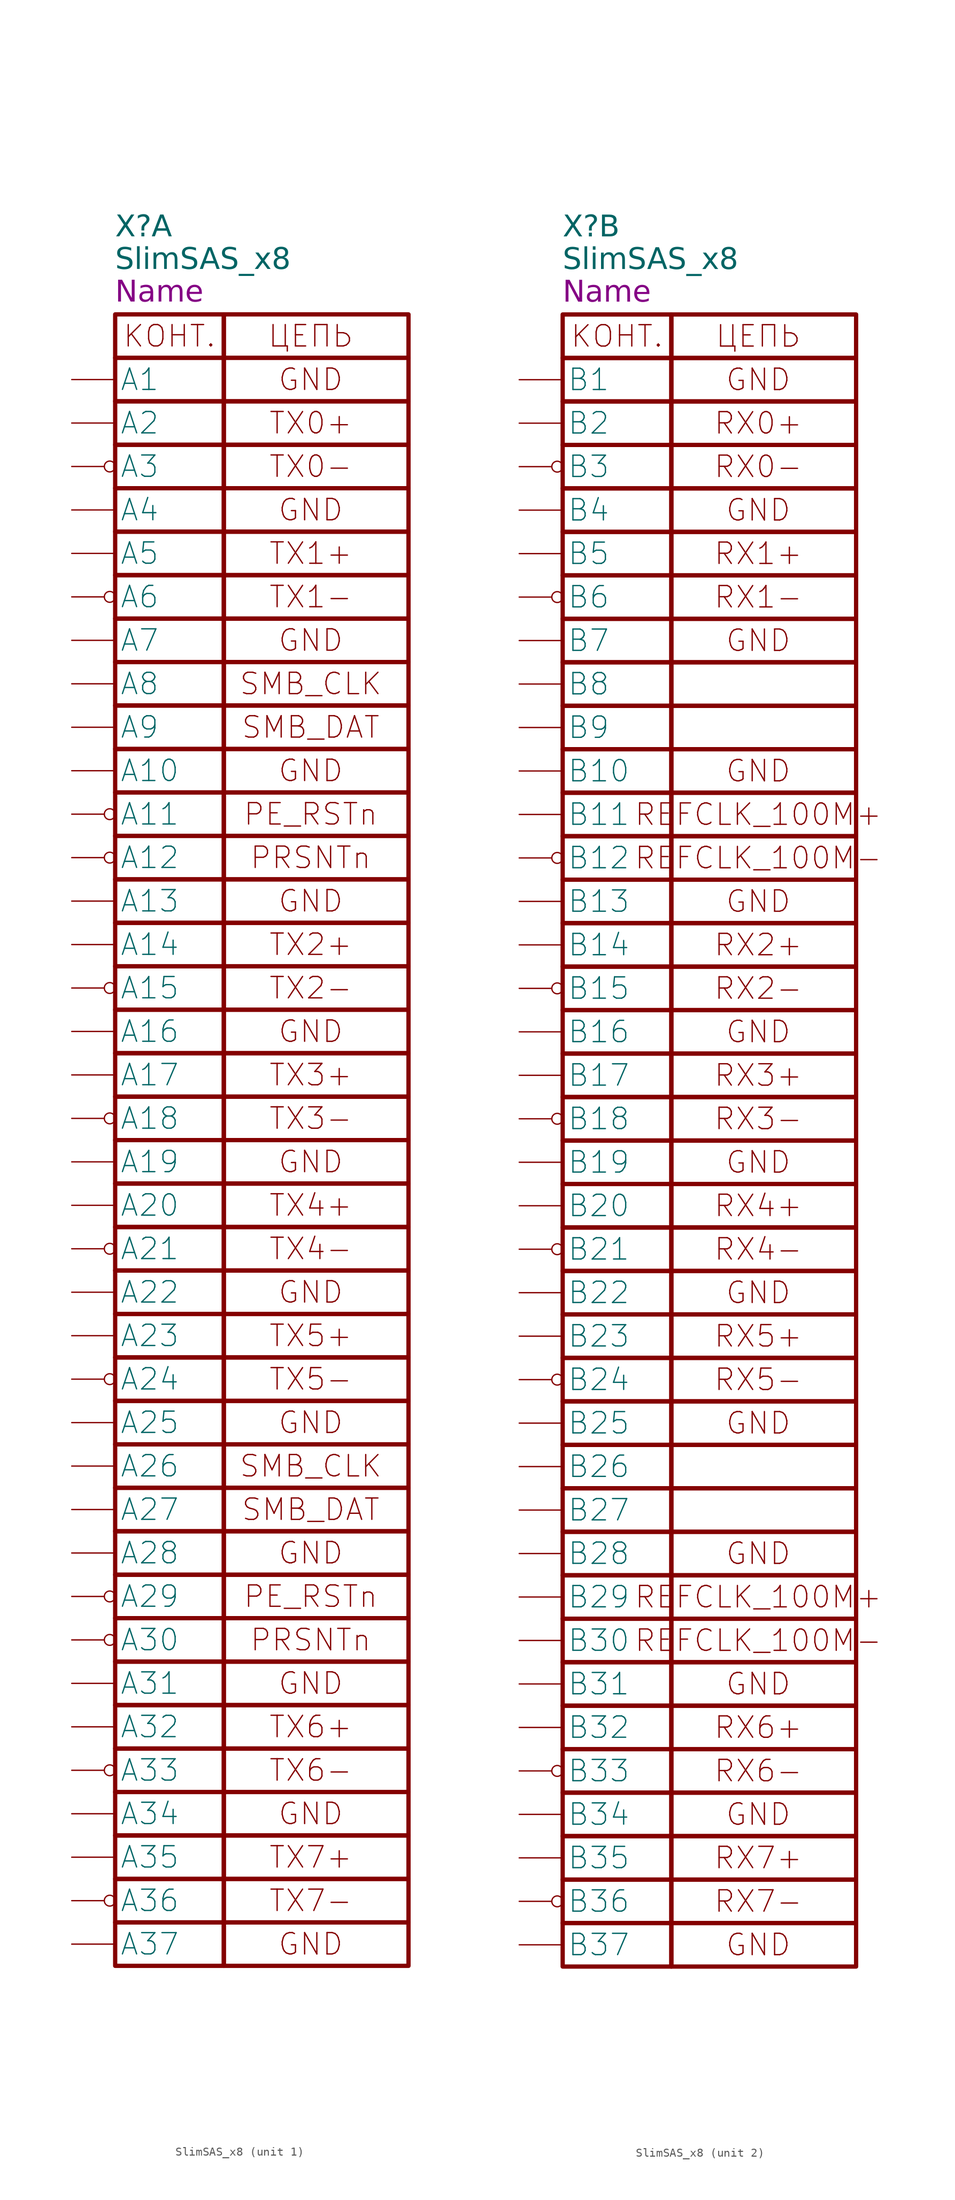
<source format=kicad_sym>
(kicad_symbol_lib
  (version 20241209)
  (generator "kicad_symbol_editor")
  (generator_version "9.0")
  (symbol "SlimSAS_x8"
    (pin_numbers
      (hide yes))
    (property "Reference" "X"
      (at -12.7 10.16 0)
      (effects (font (face "GOST type A") (size 2.5 2.5) (italic yes)) (justify left)))
    (property "Value" "SlimSAS_x8"
      (at -12.7 6.35 0)
      (effects (font (face "GOST type A") (size 2.5 2.5) (italic yes)) (justify left)))
    (property "Name" "Name"
      (at -12.7 2.54 0)
      (effects (font (face "GOST type A") (size 2.5 2.5) (italic yes)) (justify left)))
    (symbol "SlimSAS_x8_0_1"
      (rectangle (start -12.7 0) (end 0 -5.08) (stroke (width 0.5) (type default)) (fill (type none)))
      (rectangle (start -12.7 -5.08) (end 0 -10.16) (stroke (width 0.5) (type default)) (fill (type none)))
      (rectangle (start -12.7 -10.16) (end 0 -15.24) (stroke (width 0.5) (type default)) (fill (type none)))
      (rectangle (start -12.7 -15.24) (end 0 -20.32) (stroke (width 0.5) (type default)) (fill (type none)))
      (rectangle (start -12.7 -20.32) (end 0 -25.4) (stroke (width 0.5) (type default)) (fill (type none)))
      (rectangle (start -12.7 -25.4) (end 0 -30.48) (stroke (width 0.5) (type default)) (fill (type none)))
      (rectangle (start -12.7 -30.48) (end 0 -35.56) (stroke (width 0.5) (type default)) (fill (type none)))
      (rectangle (start -12.7 -35.56) (end 0 -40.64) (stroke (width 0.5) (type default)) (fill (type none)))
      (rectangle (start -12.7 -40.64) (end 0 -45.72) (stroke (width 0.5) (type default)) (fill (type none)))
      (rectangle (start -12.7 -45.72) (end 0 -50.8) (stroke (width 0.5) (type default)) (fill (type none)))
      (rectangle (start -12.7 -50.8) (end 0 -55.88) (stroke (width 0.5) (type default)) (fill (type none)))
      (rectangle (start -12.7 -55.88) (end 0 -60.96) (stroke (width 0.5) (type default)) (fill (type none)))
      (rectangle (start -12.7 -60.96) (end 0 -66.04) (stroke (width 0.5) (type default)) (fill (type none)))
      (rectangle (start -12.7 -66.04) (end 0 -71.12) (stroke (width 0.5) (type default)) (fill (type none)))
      (rectangle (start -12.7 -71.12) (end 0 -76.2) (stroke (width 0.5) (type default)) (fill (type none)))
      (rectangle (start -12.7 -76.2) (end 0 -81.28) (stroke (width 0.5) (type default)) (fill (type none)))
      (rectangle (start -12.7 -81.28) (end 0 -86.36) (stroke (width 0.5) (type default)) (fill (type none)))
      (rectangle (start -12.7 -86.36) (end 0 -91.44) (stroke (width 0.5) (type default)) (fill (type none)))
      (rectangle (start -12.7 -91.44) (end 0 -96.52) (stroke (width 0.5) (type default)) (fill (type none)))
      (rectangle (start -12.7 -96.52) (end 0 -101.6) (stroke (width 0.5) (type default)) (fill (type none)))
      (rectangle (start -12.7 -101.6) (end 0 -106.68) (stroke (width 0.5) (type default)) (fill (type none)))
      (rectangle (start -12.7 -106.68) (end 0 -111.76) (stroke (width 0.5) (type default)) (fill (type none)))
      (rectangle (start -12.7 -111.76) (end 0 -116.84) (stroke (width 0.5) (type default)) (fill (type none)))
      (rectangle (start -12.7 -116.84) (end 0 -121.92) (stroke (width 0.5) (type default)) (fill (type none)))
      (rectangle (start -12.7 -121.92) (end 0 -127) (stroke (width 0.5) (type default)) (fill (type none)))
      (rectangle (start -12.7 -127) (end 0 -132.08) (stroke (width 0.5) (type default)) (fill (type none)))
      (rectangle (start -12.7 -132.08) (end 0 -137.16) (stroke (width 0.5) (type default)) (fill (type none)))
      (rectangle (start -12.7 -137.16) (end 0 -142.24) (stroke (width 0.5) (type default)) (fill (type none)))
      (rectangle (start -12.7 -142.24) (end 0 -147.32) (stroke (width 0.5) (type default)) (fill (type none)))
      (rectangle (start -12.7 -147.32) (end 0 -152.4) (stroke (width 0.5) (type default)) (fill (type none)))
      (rectangle (start -12.7 -152.4) (end 0 -157.48) (stroke (width 0.5) (type default)) (fill (type none)))
      (rectangle (start -12.7 -157.48) (end 0 -162.56) (stroke (width 0.5) (type default)) (fill (type none)))
      (rectangle (start -12.7 -162.56) (end 0 -167.64) (stroke (width 0.5) (type default)) (fill (type none)))
      (rectangle (start -12.7 -167.64) (end 0 -172.72) (stroke (width 0.5) (type default)) (fill (type none)))
      (rectangle (start -12.7 -172.72) (end 0 -177.8) (stroke (width 0.5) (type default)) (fill (type none)))
      (rectangle (start -12.7 -177.8) (end 0 -182.88) (stroke (width 0.5) (type default)) (fill (type none)))
      (rectangle (start -12.7 -182.88) (end 0 -187.96) (stroke (width 0.5) (type default)) (fill (type none)))
      (rectangle (start -12.7 -187.96) (end 0 -193.04) (stroke (width 0.5) (type default)) (fill (type none)))
      (rectangle (start 0 0) (end 21.59 -5.08) (stroke (width 0.5) (type default)) (fill (type none)))
      (text "КОНТ." (at -6.35 -2.54 0) (effects (font (size 2.5 2.5))))
      (text "ЦЕПЬ" (at 10.16 -2.54 0) (effects (font (size 2.5 2.5))))
      (text "GND" (at 10.16 -7.62 0) (effects (font (size 2.5 2.5))))
      (text "GND" (at 10.16 -22.86 0) (effects (font (size 2.5 2.5))))
      (text "GND" (at 10.16 -38.1 0) (effects (font (size 2.5 2.5))))
      (text "GND" (at 10.16 -53.34 0) (effects (font (size 2.5 2.5))))
      (text "GND" (at 10.16 -68.58 0) (effects (font (size 2.5 2.5))))
      (text "GND" (at 10.16 -83.82 0) (effects (font (size 2.5 2.5))))
      (text "GND" (at 10.16 -99.06 0) (effects (font (size 2.5 2.5))))
      (text "GND" (at 10.16 -114.3 0) (effects (font (size 2.5 2.5))))
      (text "GND" (at 10.16 -129.54 0) (effects (font (size 2.5 2.5))))
      (text "GND" (at 10.16 -144.78 0) (effects (font (size 2.5 2.5))))
      (text "GND" (at 10.16 -160.02 0) (effects (font (size 2.5 2.5))))
      (text "GND" (at 10.16 -175.26 0) (effects (font (size 2.5 2.5))))
      (text "GND" (at 10.16 -190.5 0) (effects (font (size 2.5 2.5)))))
    (symbol "SlimSAS_x8_1_1"
      (rectangle (start 0 -10.16) (end 21.59 -5.08) (stroke (width 0.5) (type default)) (fill (type none)))
      (rectangle (start 0 -15.24) (end 21.59 -10.16) (stroke (width 0.5) (type default)) (fill (type none)))
      (rectangle (start 0 -15.24) (end 21.59 -20.32) (stroke (width 0.5) (type default)) (fill (type none)))
      (rectangle (start 0 -25.4) (end 21.59 -20.32) (stroke (width 0.5) (type default)) (fill (type none)))
      (rectangle (start 0 -30.48) (end 21.59 -25.4) (stroke (width 0.5) (type default)) (fill (type none)))
      (rectangle (start 0 -35.56) (end 21.59 -30.48) (stroke (width 0.5) (type default)) (fill (type none)))
      (rectangle (start 0 -40.64) (end 21.59 -35.56) (stroke (width 0.5) (type default)) (fill (type none)))
      (rectangle (start 0 -45.72) (end 21.59 -40.64) (stroke (width 0.5) (type default)) (fill (type none)))
      (rectangle (start 0 -50.8) (end 21.59 -45.72) (stroke (width 0.5) (type default)) (fill (type none)))
      (rectangle (start 0 -55.88) (end 21.59 -50.8) (stroke (width 0.5) (type default)) (fill (type none)))
      (rectangle (start 0 -60.96) (end 21.59 -55.88) (stroke (width 0.5) (type default)) (fill (type none)))
      (rectangle (start 0 -66.04) (end 21.59 -60.96) (stroke (width 0.5) (type default)) (fill (type none)))
      (rectangle (start 0 -71.12) (end 21.59 -66.04) (stroke (width 0.5) (type default)) (fill (type none)))
      (rectangle (start 0 -76.2) (end 21.59 -71.12) (stroke (width 0.5) (type default)) (fill (type none)))
      (rectangle (start 0 -81.28) (end 21.59 -76.2) (stroke (width 0.5) (type default)) (fill (type none)))
      (rectangle (start 0 -86.36) (end 21.59 -81.28) (stroke (width 0.5) (type default)) (fill (type none)))
      (rectangle (start 0 -91.44) (end 21.59 -86.36) (stroke (width 0.5) (type default)) (fill (type none)))
      (rectangle (start 0 -96.52) (end 21.59 -91.44) (stroke (width 0.5) (type default)) (fill (type none)))
      (rectangle (start 0 -101.6) (end 21.59 -96.52) (stroke (width 0.5) (type default)) (fill (type none)))
      (rectangle (start 0 -106.68) (end 21.59 -101.6) (stroke (width 0.5) (type default)) (fill (type none)))
      (rectangle (start 0 -106.68) (end 21.59 -111.76) (stroke (width 0.5) (type default)) (fill (type none)))
      (rectangle (start 0 -116.84) (end 21.59 -111.76) (stroke (width 0.5) (type default)) (fill (type none)))
      (rectangle (start 0 -121.92) (end 21.59 -116.84) (stroke (width 0.5) (type default)) (fill (type none)))
      (rectangle (start 0 -127) (end 21.59 -121.92) (stroke (width 0.5) (type default)) (fill (type none)))
      (rectangle (start 0 -132.08) (end 21.59 -127) (stroke (width 0.5) (type default)) (fill (type none)))
      (rectangle (start 0 -137.16) (end 21.59 -132.08) (stroke (width 0.5) (type default)) (fill (type none)))
      (rectangle (start 0 -142.24) (end 21.59 -137.16) (stroke (width 0.5) (type default)) (fill (type none)))
      (rectangle (start 0 -147.32) (end 21.59 -142.24) (stroke (width 0.5) (type default)) (fill (type none)))
      (rectangle (start 0 -152.4) (end 21.59 -147.32) (stroke (width 0.5) (type default)) (fill (type none)))
      (rectangle (start 0 -157.48) (end 21.59 -152.4) (stroke (width 0.5) (type default)) (fill (type none)))
      (rectangle (start 0 -162.56) (end 21.59 -157.48) (stroke (width 0.5) (type default)) (fill (type none)))
      (rectangle (start 0 -167.64) (end 21.59 -162.56) (stroke (width 0.5) (type default)) (fill (type none)))
      (rectangle (start 0 -172.72) (end 21.59 -167.64) (stroke (width 0.5) (type default)) (fill (type none)))
      (rectangle (start 0 -177.8) (end 21.59 -172.72) (stroke (width 0.5) (type default)) (fill (type none)))
      (rectangle (start 0 -182.88) (end 21.59 -177.8) (stroke (width 0.5) (type default)) (fill (type none)))
      (rectangle (start 0 -187.96) (end 21.59 -182.88) (stroke (width 0.5) (type default)) (fill (type none)))
      (rectangle (start 0 -193.04) (end 21.59 -187.96) (stroke (width 0.5) (type default)) (fill (type none)))
      (text "TX0+" (at 10.16 -12.7 0) (effects (font (size 2.5 2.5))))
      (text "TX0-" (at 10.16 -17.78 0) (effects (font (size 2.5 2.5))))
      (text "TX1+" (at 10.16 -27.94 0) (effects (font (size 2.5 2.5))))
      (text "TX1-" (at 10.16 -33.02 0) (effects (font (size 2.5 2.5))))
      (text "SMB_CLK" (at 10.16 -43.18 0) (effects (font (size 2.5 2.5))))
      (text "SMB_DAT" (at 10.16 -48.26 0) (effects (font (size 2.5 2.5))))
      (text "PE_RSTn" (at 10.16 -58.42 0) (effects (font (size 2.5 2.5))))
      (text "PRSNTn" (at 10.16 -63.5 0) (effects (font (size 2.5 2.5))))
      (text "TX2+" (at 10.16 -73.66 0) (effects (font (size 2.5 2.5))))
      (text "TX2-" (at 10.16 -78.74 0) (effects (font (size 2.5 2.5))))
      (text "TX3+" (at 10.16 -88.9 0) (effects (font (size 2.5 2.5))))
      (text "TX3-" (at 10.16 -93.98 0) (effects (font (size 2.5 2.5))))
      (text "TX4+" (at 10.16 -104.14 0) (effects (font (size 2.5 2.5))))
      (text "TX4-" (at 10.16 -109.22 0) (effects (font (size 2.5 2.5))))
      (text "TX5+" (at 10.16 -119.38 0) (effects (font (size 2.5 2.5))))
      (text "TX5-" (at 10.16 -124.46 0) (effects (font (size 2.5 2.5))))
      (text "SMB_CLK" (at 10.16 -134.62 0) (effects (font (size 2.5 2.5))))
      (text "SMB_DAT" (at 10.16 -139.7 0) (effects (font (size 2.5 2.5))))
      (text "PE_RSTn" (at 10.16 -149.86 0) (effects (font (size 2.5 2.5))))
      (text "PRSNTn" (at 10.16 -154.94 0) (effects (font (size 2.5 2.5))))
      (text "TX6+" (at 10.16 -165.1 0) (effects (font (size 2.5 2.5))))
      (text "TX6-" (at 10.16 -170.18 0) (effects (font (size 2.5 2.5))))
      (text "TX7+" (at 10.16 -180.34 0) (effects (font (size 2.5 2.5))))
      (text "TX7-" (at 10.16 -185.42 0) (effects (font (size 2.5 2.5))))
      (pin power_in line (at -17.78 -7.62 0) (length 5.08) (name "A1" (effects (font (size 2.5 2.5)))) (number "A1" (effects (font (size 2.5 2.5)))))
      (pin output line (at -17.78 -12.7 0) (length 5.08) (name "A2" (effects (font (size 2.5 2.5)))) (number "A2" (effects (font (size 2.5 2.5)))))
      (pin output inverted (at -17.78 -17.78 0) (length 5.08) (name "A3" (effects (font (size 2.489 2.489)))) (number "A3" (effects (font (size 2.489 2.489)))))
      (pin power_in line (at -17.78 -22.86 0) (length 5.08) (name "A4" (effects (font (size 2.489 2.489)))) (number "A4" (effects (font (size 2.489 2.489)))))
      (pin output line (at -17.78 -27.94 0) (length 5.08) (name "A5" (effects (font (size 2.489 2.489)))) (number "A5" (effects (font (size 2.489 2.489)))))
      (pin output inverted (at -17.78 -33.02 0) (length 5.08) (name "A6" (effects (font (size 2.489 2.489)))) (number "A6" (effects (font (size 2.489 2.489)))))
      (pin power_in line (at -17.78 -38.1 0) (length 5.08) (name "A7" (effects (font (size 2.489 2.489)))) (number "A7" (effects (font (size 2.489 2.489)))))
      (pin open_collector line (at -17.78 -43.18 0) (length 5.08) (name "A8" (effects (font (size 2.489 2.489)))) (number "A8" (effects (font (size 2.489 2.489)))))
      (pin open_collector line (at -17.78 -48.26 0) (length 5.08) (name "A9" (effects (font (size 2.489 2.489)))) (number "A9" (effects (font (size 2.489 2.489)))))
      (pin power_in line (at -17.78 -53.34 0) (length 5.08) (name "A10" (effects (font (size 2.489 2.489)))) (number "A10" (effects (font (size 2.489 2.489)))))
      (pin output inverted (at -17.78 -58.42 0) (length 5.08) (name "A11" (effects (font (size 2.489 2.489)))) (number "A11" (effects (font (size 2.489 2.489)))))
      (pin input inverted (at -17.78 -63.5 0) (length 5.08) (name "A12" (effects (font (size 2.489 2.489)))) (number "A12" (effects (font (size 2.489 2.489)))))
      (pin power_in line (at -17.78 -68.58 0) (length 5.08) (name "A13" (effects (font (size 2.489 2.489)))) (number "A13" (effects (font (size 2.489 2.489)))))
      (pin output line (at -17.78 -73.66 0) (length 5.08) (name "A14" (effects (font (size 2.489 2.489)))) (number "A14" (effects (font (size 2.489 2.489)))))
      (pin output inverted (at -17.78 -78.74 0) (length 5.08) (name "A15" (effects (font (size 2.489 2.489)))) (number "A15" (effects (font (size 2.489 2.489)))))
      (pin power_in line (at -17.78 -83.82 0) (length 5.08) (name "A16" (effects (font (size 2.489 2.489)))) (number "A16" (effects (font (size 2.489 2.489)))))
      (pin output line (at -17.78 -88.9 0) (length 5.08) (name "A17" (effects (font (size 2.489 2.489)))) (number "A17" (effects (font (size 2.489 2.489)))))
      (pin output inverted (at -17.78 -93.98 0) (length 5.08) (name "A18" (effects (font (size 2.489 2.489)))) (number "A18" (effects (font (size 2.489 2.489)))))
      (pin power_in line (at -17.78 -99.06 0) (length 5.08) (name "A19" (effects (font (size 2.489 2.489)))) (number "A19" (effects (font (size 2.489 2.489)))))
      (pin output line (at -17.78 -104.14 0) (length 5.08) (name "A20" (effects (font (size 2.489 2.489)))) (number "A20" (effects (font (size 2.489 2.489)))))
      (pin output inverted (at -17.78 -109.22 0) (length 5.08) (name "A21" (effects (font (size 2.489 2.489)))) (number "A21" (effects (font (size 2.489 2.489)))))
      (pin power_in line (at -17.78 -114.3 0) (length 5.08) (name "A22" (effects (font (size 2.489 2.489)))) (number "A22" (effects (font (size 2.489 2.489)))))
      (pin output line (at -17.78 -119.38 0) (length 5.08) (name "A23" (effects (font (size 2.489 2.489)))) (number "A23" (effects (font (size 2.489 2.489)))))
      (pin output inverted (at -17.78 -124.46 0) (length 5.08) (name "A24" (effects (font (size 2.489 2.489)))) (number "A24" (effects (font (size 2.489 2.489)))))
      (pin power_in line (at -17.78 -129.54 0) (length 5.08) (name "A25" (effects (font (size 2.489 2.489)))) (number "A25" (effects (font (size 2.489 2.489)))))
      (pin open_collector line (at -17.78 -134.62 0) (length 5.08) (name "A26" (effects (font (size 2.489 2.489)))) (number "A26" (effects (font (size 2.489 2.489)))))
      (pin open_collector line (at -17.78 -139.7 0) (length 5.08) (name "A27" (effects (font (size 2.489 2.489)))) (number "A27" (effects (font (size 2.489 2.489)))))
      (pin power_in line (at -17.78 -144.78 0) (length 5.08) (name "A28" (effects (font (size 2.489 2.489)))) (number "A28" (effects (font (size 2.489 2.489)))))
      (pin output inverted (at -17.78 -149.86 0) (length 5.08) (name "A29" (effects (font (size 2.489 2.489)))) (number "A29" (effects (font (size 2.489 2.489)))))
      (pin input inverted (at -17.78 -154.94 0) (length 5.08) (name "A30" (effects (font (size 2.489 2.489)))) (number "A30" (effects (font (size 2.489 2.489)))))
      (pin power_in line (at -17.78 -160.02 0) (length 5.08) (name "A31" (effects (font (size 2.489 2.489)))) (number "A31" (effects (font (size 2.489 2.489)))))
      (pin output line (at -17.78 -165.1 0) (length 5.08) (name "A32" (effects (font (size 2.489 2.489)))) (number "A32" (effects (font (size 2.489 2.489)))))
      (pin output inverted (at -17.78 -170.18 0) (length 5.08) (name "A33" (effects (font (size 2.489 2.489)))) (number "A33" (effects (font (size 2.489 2.489)))))
      (pin power_in line (at -17.78 -175.26 0) (length 5.08) (name "A34" (effects (font (size 2.489 2.489)))) (number "A34" (effects (font (size 2.489 2.489)))))
      (pin output line (at -17.78 -180.34 0) (length 5.08) (name "A35" (effects (font (size 2.489 2.489)))) (number "A35" (effects (font (size 2.489 2.489)))))
      (pin output inverted (at -17.78 -185.42 0) (length 5.08) (name "A36" (effects (font (size 2.489 2.489)))) (number "A36" (effects (font (size 2.489 2.489)))))
      (pin power_in line (at -17.78 -190.5 0) (length 5.08) (name "A37" (effects (font (size 2.489 2.489)))) (number "A37" (effects (font (size 2.489 2.489))))))
    (symbol "SlimSAS_x8_2_1"
      (rectangle (start 0 -10.16) (end 21.59 -5.08) (stroke (width 0.5) (type default)) (fill (type none)))
      (rectangle (start 0 -15.24) (end 21.59 -10.16) (stroke (width 0.5) (type default)) (fill (type none)))
      (rectangle (start 0 -15.24) (end 21.59 -20.32) (stroke (width 0.5) (type default)) (fill (type none)))
      (rectangle (start 0 -25.4) (end 21.59 -20.32) (stroke (width 0.5) (type default)) (fill (type none)))
      (rectangle (start 0 -30.48) (end 21.59 -25.4) (stroke (width 0.5) (type default)) (fill (type none)))
      (rectangle (start 0 -35.56) (end 21.59 -30.48) (stroke (width 0.5) (type default)) (fill (type none)))
      (rectangle (start 0 -40.64) (end 21.59 -35.56) (stroke (width 0.5) (type default)) (fill (type none)))
      (rectangle (start 0 -45.72) (end 21.59 -40.64) (stroke (width 0.5) (type default)) (fill (type none)))
      (rectangle (start 0 -50.8) (end 21.59 -45.72) (stroke (width 0.5) (type default)) (fill (type none)))
      (rectangle (start 0 -55.88) (end 21.59 -50.8) (stroke (width 0.5) (type default)) (fill (type none)))
      (rectangle (start 0 -60.96) (end 21.59 -55.88) (stroke (width 0.5) (type default)) (fill (type none)))
      (rectangle (start 0 -66.04) (end 21.59 -60.96) (stroke (width 0.5) (type default)) (fill (type none)))
      (rectangle (start 0 -71.12) (end 21.59 -66.04) (stroke (width 0.5) (type default)) (fill (type none)))
      (rectangle (start 0 -76.2) (end 21.59 -71.12) (stroke (width 0.5) (type default)) (fill (type none)))
      (rectangle (start 0 -81.28) (end 21.59 -76.2) (stroke (width 0.5) (type default)) (fill (type none)))
      (rectangle (start 0 -86.36) (end 21.59 -81.28) (stroke (width 0.5) (type default)) (fill (type none)))
      (rectangle (start 0 -91.44) (end 21.59 -86.36) (stroke (width 0.5) (type default)) (fill (type none)))
      (rectangle (start 0 -96.52) (end 21.59 -91.44) (stroke (width 0.5) (type default)) (fill (type none)))
      (rectangle (start 0 -101.6) (end 21.59 -96.52) (stroke (width 0.5) (type default)) (fill (type none)))
      (rectangle (start 0 -106.68) (end 21.59 -101.6) (stroke (width 0.5) (type default)) (fill (type none)))
      (rectangle (start 0 -111.76) (end 21.59 -106.68) (stroke (width 0.5) (type default)) (fill (type none)))
      (rectangle (start 0 -116.84) (end 21.59 -111.76) (stroke (width 0.5) (type default)) (fill (type none)))
      (rectangle (start 0 -121.92) (end 21.59 -116.84) (stroke (width 0.5) (type default)) (fill (type none)))
      (rectangle (start 0 -127) (end 21.59 -121.92) (stroke (width 0.5) (type default)) (fill (type none)))
      (rectangle (start 0 -132.08) (end 21.59 -127) (stroke (width 0.5) (type default)) (fill (type none)))
      (rectangle (start 0 -137.16) (end 21.59 -132.08) (stroke (width 0.5) (type default)) (fill (type none)))
      (rectangle (start 0 -142.24) (end 21.59 -137.16) (stroke (width 0.5) (type default)) (fill (type none)))
      (rectangle (start 0 -147.32) (end 21.59 -142.24) (stroke (width 0.5) (type default)) (fill (type none)))
      (rectangle (start 0 -152.4) (end 21.59 -147.32) (stroke (width 0.5) (type default)) (fill (type none)))
      (rectangle (start 0 -157.48) (end 21.59 -152.4) (stroke (width 0.5) (type default)) (fill (type none)))
      (rectangle (start 0 -162.56) (end 21.59 -157.48) (stroke (width 0.5) (type default)) (fill (type none)))
      (rectangle (start 0 -167.64) (end 21.59 -162.56) (stroke (width 0.5) (type default)) (fill (type none)))
      (rectangle (start 0 -172.72) (end 21.59 -167.64) (stroke (width 0.5) (type default)) (fill (type none)))
      (rectangle (start 0 -177.8) (end 21.59 -172.72) (stroke (width 0.5) (type default)) (fill (type none)))
      (rectangle (start 0 -182.88) (end 21.59 -177.8) (stroke (width 0.5) (type default)) (fill (type none)))
      (rectangle (start 0 -187.96) (end 21.59 -182.88) (stroke (width 0.5) (type default)) (fill (type none)))
      (rectangle (start 0 -193.04) (end 21.59 -187.96) (stroke (width 0.5) (type default)) (fill (type none)))
      (text "RX0+" (at 10.16 -12.7 0) (effects (font (size 2.5 2.5))))
      (text "RX0-" (at 10.16 -17.78 0) (effects (font (size 2.5 2.5))))
      (text "RX1+" (at 10.16 -27.94 0) (effects (font (size 2.5 2.5))))
      (text "RX1-" (at 10.16 -33.02 0) (effects (font (size 2.5 2.5))))
      (text "REFCLK_100M+" (at 10.16 -58.42 0) (effects (font (size 2.5 2.5))))
      (text "REFCLK_100M-" (at 10.16 -63.5 0) (effects (font (size 2.5 2.5))))
      (text "RX2+" (at 10.16 -73.66 0) (effects (font (size 2.5 2.5))))
      (text "RX2-" (at 10.16 -78.74 0) (effects (font (size 2.5 2.5))))
      (text "RX3+" (at 10.16 -88.9 0) (effects (font (size 2.5 2.5))))
      (text "RX3-" (at 10.16 -93.98 0) (effects (font (size 2.5 2.5))))
      (text "RX4+" (at 10.16 -104.14 0) (effects (font (size 2.5 2.5))))
      (text "RX4-" (at 10.16 -109.22 0) (effects (font (size 2.5 2.5))))
      (text "RX5+" (at 10.16 -119.38 0) (effects (font (size 2.5 2.5))))
      (text "RX5-" (at 10.16 -124.46 0) (effects (font (size 2.5 2.5))))
      (text "REFCLK_100M+" (at 10.16 -149.86 0) (effects (font (size 2.5 2.5))))
      (text "REFCLK_100M-" (at 10.16 -154.94 0) (effects (font (size 2.5 2.5))))
      (text "RX6+" (at 10.16 -165.1 0) (effects (font (size 2.5 2.5))))
      (text "RX6-" (at 10.16 -170.18 0) (effects (font (size 2.5 2.5))))
      (text "RX7+" (at 10.16 -180.34 0) (effects (font (size 2.5 2.5))))
      (text "RX7-" (at 10.16 -185.42 0) (effects (font (size 2.5 2.5))))
      (pin power_in line (at -17.78 -7.62 0) (length 5.08) (name "B1" (effects (font (size 2.489 2.489)))) (number "B1" (effects (font (size 2.489 2.489)))))
      (pin input line (at -17.78 -12.7 0) (length 5.08) (name "B2" (effects (font (size 2.489 2.489)))) (number "B2" (effects (font (size 2.489 2.489)))))
      (pin input inverted (at -17.78 -17.78 0) (length 5.08) (name "B3" (effects (font (size 2.489 2.489)))) (number "B3" (effects (font (size 2.489 2.489)))))
      (pin power_in line (at -17.78 -22.86 0) (length 5.08) (name "B4" (effects (font (size 2.489 2.489)))) (number "B4" (effects (font (size 2.489 2.489)))))
      (pin input line (at -17.78 -27.94 0) (length 5.08) (name "B5" (effects (font (size 2.489 2.489)))) (number "B5" (effects (font (size 2.489 2.489)))))
      (pin input inverted (at -17.78 -33.02 0) (length 5.08) (name "B6" (effects (font (size 2.489 2.489)))) (number "B6" (effects (font (size 2.489 2.489)))))
      (pin power_in line (at -17.78 -38.1 0) (length 5.08) (name "B7" (effects (font (size 2.489 2.489)))) (number "B7" (effects (font (size 2.489 2.489)))))
      (pin passive line (at -17.78 -43.18 0) (length 5.08) (name "B8" (effects (font (size 2.489 2.489)))) (number "B8" (effects (font (size 2.489 2.489)))))
      (pin passive line (at -17.78 -48.26 0) (length 5.08) (name "B9" (effects (font (size 2.489 2.489)))) (number "B9" (effects (font (size 2.489 2.489)))))
      (pin power_in line (at -17.78 -53.34 0) (length 5.08) (name "B10" (effects (font (size 2.489 2.489)))) (number "B10" (effects (font (size 2.489 2.489)))))
      (pin output line (at -17.78 -58.42 0) (length 5.08) (name "B11" (effects (font (size 2.489 2.489)))) (number "B11" (effects (font (size 2.489 2.489)))))
      (pin output inverted (at -17.78 -63.5 0) (length 5.08) (name "B12" (effects (font (size 2.489 2.489)))) (number "B12" (effects (font (size 2.489 2.489)))))
      (pin power_in line (at -17.78 -68.58 0) (length 5.08) (name "B13" (effects (font (size 2.489 2.489)))) (number "B13" (effects (font (size 2.489 2.489)))))
      (pin input line (at -17.78 -73.66 0) (length 5.08) (name "B14" (effects (font (size 2.489 2.489)))) (number "B14" (effects (font (size 2.489 2.489)))))
      (pin input inverted (at -17.78 -78.74 0) (length 5.08) (name "B15" (effects (font (size 2.489 2.489)))) (number "B15" (effects (font (size 2.489 2.489)))))
      (pin power_in line (at -17.78 -83.82 0) (length 5.08) (name "B16" (effects (font (size 2.489 2.489)))) (number "B16" (effects (font (size 2.489 2.489)))))
      (pin input line (at -17.78 -88.9 0) (length 5.08) (name "B17" (effects (font (size 2.489 2.489)))) (number "B17" (effects (font (size 2.489 2.489)))))
      (pin input inverted (at -17.78 -93.98 0) (length 5.08) (name "B18" (effects (font (size 2.489 2.489)))) (number "B18" (effects (font (size 2.489 2.489)))))
      (pin power_in line (at -17.78 -99.06 0) (length 5.08) (name "B19" (effects (font (size 2.489 2.489)))) (number "B19" (effects (font (size 2.489 2.489)))))
      (pin input line (at -17.78 -104.14 0) (length 5.08) (name "B20" (effects (font (size 2.489 2.489)))) (number "B20" (effects (font (size 2.489 2.489)))))
      (pin input inverted (at -17.78 -109.22 0) (length 5.08) (name "B21" (effects (font (size 2.489 2.489)))) (number "B21" (effects (font (size 2.489 2.489)))))
      (pin power_in line (at -17.78 -114.3 0) (length 5.08) (name "B22" (effects (font (size 2.489 2.489)))) (number "B22" (effects (font (size 2.489 2.489)))))
      (pin input line (at -17.78 -119.38 0) (length 5.08) (name "B23" (effects (font (size 2.489 2.489)))) (number "B23" (effects (font (size 2.489 2.489)))))
      (pin input inverted (at -17.78 -124.46 0) (length 5.08) (name "B24" (effects (font (size 2.489 2.489)))) (number "B24" (effects (font (size 2.489 2.489)))))
      (pin power_in line (at -17.78 -129.54 0) (length 5.08) (name "B25" (effects (font (size 2.489 2.489)))) (number "B25" (effects (font (size 2.489 2.489)))))
      (pin passive line (at -17.78 -134.62 0) (length 5.08) (name "B26" (effects (font (size 2.489 2.489)))) (number "B26" (effects (font (size 2.489 2.489)))))
      (pin passive line (at -17.78 -139.7 0) (length 5.08) (name "B27" (effects (font (size 2.489 2.489)))) (number "B27" (effects (font (size 2.489 2.489)))))
      (pin power_in line (at -17.78 -144.78 0) (length 5.08) (name "B28" (effects (font (size 2.489 2.489)))) (number "B28" (effects (font (size 2.489 2.489)))))
      (pin output line (at -17.78 -149.86 0) (length 5.08) (name "B29" (effects (font (size 2.489 2.489)))) (number "B29" (effects (font (size 2.489 2.489)))))
      (pin output line (at -17.78 -154.94 0) (length 5.08) (name "B30" (effects (font (size 2.489 2.489)))) (number "B30" (effects (font (size 2.489 2.489)))))
      (pin power_in line (at -17.78 -160.02 0) (length 5.08) (name "B31" (effects (font (size 2.489 2.489)))) (number "B31" (effects (font (size 2.489 2.489)))))
      (pin input line (at -17.78 -165.1 0) (length 5.08) (name "B32" (effects (font (size 2.489 2.489)))) (number "B32" (effects (font (size 2.489 2.489)))))
      (pin input inverted (at -17.78 -170.18 0) (length 5.08) (name "B33" (effects (font (size 2.489 2.489)))) (number "B33" (effects (font (size 2.489 2.489)))))
      (pin power_in line (at -17.78 -175.26 0) (length 5.08) (name "B34" (effects (font (size 2.489 2.489)))) (number "B34" (effects (font (size 2.489 2.489)))))
      (pin input line (at -17.78 -180.34 0) (length 5.08) (name "B35" (effects (font (size 2.489 2.489)))) (number "B35" (effects (font (size 2.489 2.489)))))
      (pin input inverted (at -17.78 -185.42 0) (length 5.08) (name "B36" (effects (font (size 2.489 2.489)))) (number "B36" (effects (font (size 2.489 2.489)))))
      (pin power_in line (at -17.78 -190.5 0) (length 5.08) (name "B37" (effects (font (size 2.489 2.489)))) (number "B37" (effects (font (size 2.489 2.489))))))))
</source>
